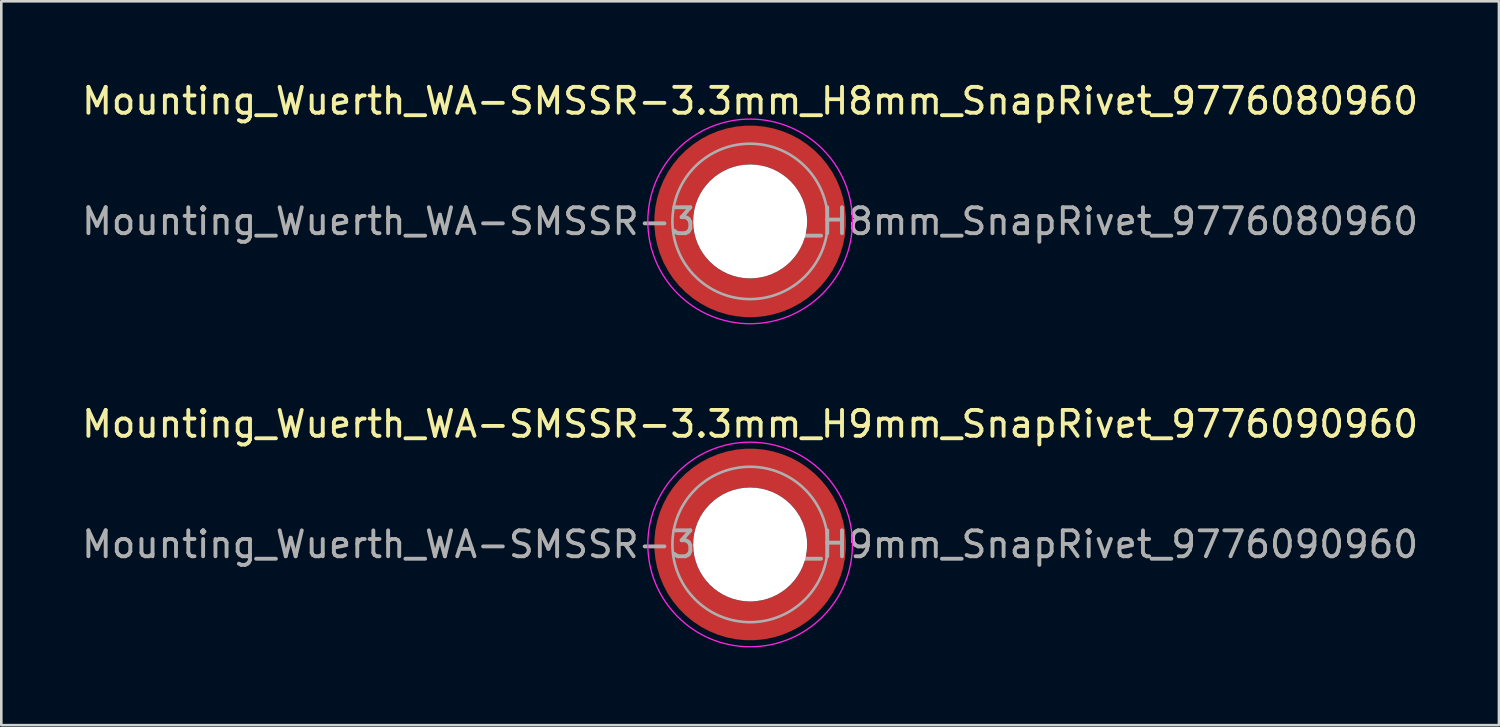
<source format=kicad_pcb>
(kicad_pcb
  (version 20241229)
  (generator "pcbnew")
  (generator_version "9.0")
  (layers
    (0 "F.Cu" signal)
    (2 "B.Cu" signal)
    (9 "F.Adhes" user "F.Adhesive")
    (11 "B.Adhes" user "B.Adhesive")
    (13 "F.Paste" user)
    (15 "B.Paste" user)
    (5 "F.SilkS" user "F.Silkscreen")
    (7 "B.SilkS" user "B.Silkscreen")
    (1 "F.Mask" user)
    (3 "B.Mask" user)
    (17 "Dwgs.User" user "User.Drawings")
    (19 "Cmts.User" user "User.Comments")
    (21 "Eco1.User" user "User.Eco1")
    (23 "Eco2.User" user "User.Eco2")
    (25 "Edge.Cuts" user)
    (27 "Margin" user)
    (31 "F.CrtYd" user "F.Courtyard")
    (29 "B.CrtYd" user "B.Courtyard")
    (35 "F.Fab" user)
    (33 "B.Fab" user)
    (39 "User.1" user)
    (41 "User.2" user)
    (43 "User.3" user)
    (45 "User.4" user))
  (footprint "Mounting_Wuerth_WA-SMSSR-3.3mm_H8mm_SnapRivet_9776080960"
    (layer "F.Cu")
    (at 25.911 5.498)
    (property "Reference" "Mounting_Wuerth_WA-SMSSR-3.3mm_H8mm_SnapRivet_9776080960" (at 0 -4.65 0) (layer "F.SilkS") (effects (font (size 1 1) (thickness 0.15))))
    (attr smd)
    (fp_circle (center 0 0) (end 3.95 0) (stroke (width 0.05) (type solid)) (fill no) (layer "F.CrtYd"))
    (fp_circle (center 0 0) (end 3 0) (stroke (width 0.1) (type solid)) (fill no) (layer "F.Fab"))
    (fp_text user "${REFERENCE}" (at 0 0 0) (layer "F.Fab") (effects (font (size 1 1) (thickness 0.15))))
    (pad "" smd custom (at -2.077 -2.077) (size 0.995 0.995) (layers "F.Paste") (options (anchor circle)) (primitives (gr_arc (start -0.208831 1.577126) (mid 0.422144 0.422848) (end 1.576154 -0.208618) (width 0.2)) (gr_arc (start -0.310669 1.577126) (mid 0.35138 0.352781) (end 1.575188 -0.310262) (width 0.2)) (gr_arc (start -0.412325 1.577126) (mid 0.280305 0.283024) (end 1.573357 -0.411565) (width 0.2)) (gr_arc (start -0.51382 1.577126) (mid 0.210358 0.212139) (end 1.574653 -0.513342) (width 0.2)) (gr_arc (start -0.615172 1.577126) (mid 0.139846 0.141818) (end 1.574384 -0.614661) (width 0.2)) (gr_arc (start -0.716397 1.577126) (mid 0.070334 0.070498) (end 1.576898 -0.716356) (width 0.2)) (gr_arc (start -0.817508 1.577126) (mid -0.001805 0.001806) (end 1.572094 -0.816634) (width 0.2)) (gr_arc (start -0.918517 1.577126) (mid -0.071322 -0.06951) (end 1.574599 -0.918094) (width 0.2)) (gr_arc (start -1.019433 1.577126) (mid -0.141902 -0.139762) (end 1.574138 -1.018949) (width 0.2)) (gr_arc (start -1.120266 1.577126) (mid -0.211736 -0.210761) (end 1.575763 -1.120053) (width 0.2)) (gr_arc (start -1.221022 1.577126) (mid -0.282882 -0.280446) (end 1.57372 -1.220504) (width 0.2)) (gr_arc (start -1.32171 1.577126) (mid -0.353407 -0.350753) (end 1.573414 -1.321162) (width 0.2)) (gr_arc (start -1.422335 1.577126) (mid -0.423311 -0.421682) (end 1.574846 -1.422009) (width 0.2)) (gr_line (start 1.577 -0.209) (end 1.577 -1.422) (width 0.2)) (gr_line (start -0.209 1.577) (end -1.422 1.577) (width 0.2))))
    (pad "" smd custom (at -2.077 2.077) (size 0.995 0.995) (layers "F.Paste") (options (anchor circle)) (primitives (gr_arc (start 1.577126 0.208831) (mid 0.422848 -0.422144) (end -0.208618 -1.576154) (width 0.2)) (gr_arc (start 1.577126 0.310669) (mid 0.352781 -0.35138) (end -0.310262 -1.575188) (width 0.2)) (gr_arc (start 1.577126 0.412325) (mid 0.283024 -0.280305) (end -0.411565 -1.573357) (width 0.2)) (gr_arc (start 1.577126 0.51382) (mid 0.212139 -0.210358) (end -0.513342 -1.574653) (width 0.2)) (gr_arc (start 1.577126 0.615172) (mid 0.141818 -0.139846) (end -0.614661 -1.574384) (width 0.2)) (gr_arc (start 1.577126 0.716397) (mid 0.070498 -0.070334) (end -0.716356 -1.576898) (width 0.2)) (gr_arc (start 1.577126 0.817508) (mid 0.001806 0.001805) (end -0.816634 -1.572094) (width 0.2)) (gr_arc (start 1.577126 0.918517) (mid -0.06951 0.071322) (end -0.918094 -1.574599) (width 0.2)) (gr_arc (start 1.577126 1.019433) (mid -0.139762 0.141902) (end -1.018949 -1.574138) (width 0.2)) (gr_arc (start 1.577126 1.120266) (mid -0.210761 0.211736) (end -1.120053 -1.575763) (width 0.2)) (gr_arc (start 1.577126 1.221022) (mid -0.280446 0.282882) (end -1.220504 -1.57372) (width 0.2)) (gr_arc (start 1.577126 1.32171) (mid -0.350753 0.353407) (end -1.321162 -1.573414) (width 0.2)) (gr_arc (start 1.577126 1.422335) (mid -0.421682 0.423311) (end -1.422009 -1.574846) (width 0.2)) (gr_line (start -0.209 -1.577) (end -1.422 -1.577) (width 0.2)) (gr_line (start 1.577 0.209) (end 1.577 1.422) (width 0.2))))
    (pad "" np_thru_hole circle (at 0 0) (size 4.4 4.4) (drill 4.4) (layers "*.Cu" "*.Mask"))
    (pad "" smd custom (at 2.077 -2.077) (size 0.995 0.995) (layers "F.Paste") (options (anchor circle)) (primitives (gr_arc (start -1.577126 -0.208831) (mid -0.422848 0.422144) (end 0.208618 1.576154) (width 0.2)) (gr_arc (start -1.577126 -0.310669) (mid -0.352781 0.35138) (end 0.310262 1.575188) (width 0.2)) (gr_arc (start -1.577126 -0.412325) (mid -0.283024 0.280305) (end 0.411565 1.573357) (width 0.2)) (gr_arc (start -1.577126 -0.51382) (mid -0.212139 0.210358) (end 0.513342 1.574653) (width 0.2)) (gr_arc (start -1.577126 -0.615172) (mid -0.141818 0.139846) (end 0.614661 1.574384) (width 0.2)) (gr_arc (start -1.577126 -0.716397) (mid -0.070498 0.070334) (end 0.716356 1.576898) (width 0.2)) (gr_arc (start -1.577126 -0.817508) (mid -0.001806 -0.001805) (end 0.816634 1.572094) (width 0.2)) (gr_arc (start -1.577126 -0.918517) (mid 0.06951 -0.071322) (end 0.918094 1.574599) (width 0.2)) (gr_arc (start -1.577126 -1.019433) (mid 0.139762 -0.141902) (end 1.018949 1.574138) (width 0.2)) (gr_arc (start -1.577126 -1.120266) (mid 0.210761 -0.211736) (end 1.120053 1.575763) (width 0.2)) (gr_arc (start -1.577126 -1.221022) (mid 0.280446 -0.282882) (end 1.220504 1.57372) (width 0.2)) (gr_arc (start -1.577126 -1.32171) (mid 0.350753 -0.353407) (end 1.321162 1.573414) (width 0.2)) (gr_arc (start -1.577126 -1.422335) (mid 0.421682 -0.423311) (end 1.422009 1.574846) (width 0.2)) (gr_line (start 0.209 1.577) (end 1.422 1.577) (width 0.2)) (gr_line (start -1.577 -0.209) (end -1.577 -1.422) (width 0.2))))
    (pad "" smd custom (at 2.077 2.077) (size 0.995 0.995) (layers "F.Paste") (options (anchor circle)) (primitives (gr_arc (start 0.208831 -1.577126) (mid -0.422144 -0.422848) (end -1.576154 0.208618) (width 0.2)) (gr_arc (start 0.310669 -1.577126) (mid -0.35138 -0.352781) (end -1.575188 0.310262) (width 0.2)) (gr_arc (start 0.412325 -1.577126) (mid -0.280305 -0.283024) (end -1.573357 0.411565) (width 0.2)) (gr_arc (start 0.51382 -1.577126) (mid -0.210358 -0.212139) (end -1.574653 0.513342) (width 0.2)) (gr_arc (start 0.615172 -1.577126) (mid -0.139846 -0.141818) (end -1.574384 0.614661) (width 0.2)) (gr_arc (start 0.716397 -1.577126) (mid -0.070334 -0.070498) (end -1.576898 0.716356) (width 0.2)) (gr_arc (start 0.817508 -1.577126) (mid 0.001805 -0.001806) (end -1.572094 0.816634) (width 0.2)) (gr_arc (start 0.918517 -1.577126) (mid 0.071322 0.06951) (end -1.574599 0.918094) (width 0.2)) (gr_arc (start 1.019433 -1.577126) (mid 0.141902 0.139762) (end -1.574138 1.018949) (width 0.2)) (gr_arc (start 1.120266 -1.577126) (mid 0.211736 0.210761) (end -1.575763 1.120053) (width 0.2)) (gr_arc (start 1.221022 -1.577126) (mid 0.282882 0.280446) (end -1.57372 1.220504) (width 0.2)) (gr_arc (start 1.32171 -1.577126) (mid 0.353407 0.350753) (end -1.573414 1.321162) (width 0.2)) (gr_arc (start 1.422335 -1.577126) (mid 0.423311 0.421682) (end -1.574846 1.422009) (width 0.2)) (gr_line (start -1.577 0.209) (end -1.577 1.422) (width 0.2)) (gr_line (start 0.209 -1.577) (end 1.422 -1.577) (width 0.2))))
    (pad "1" smd circle (at -2.95 0) (size 1.1 1.1) (layers "F.Cu"))
    (pad "1" smd circle (at 0 -2.95) (size 1.1 1.1) (layers "F.Cu"))
    (pad "1" smd circle (at 0 2.95) (size 1.1 1.1) (layers "F.Cu"))
    (pad "1" smd custom (at 2.95 0) (size 1.1 1.1) (layers "F.Cu" "F.Mask") (options (anchor circle)) (primitives (gr_circle (center -2.95 0) (end 0 0) (width 1.5) (fill no)))))
  (footprint "Mounting_Wuerth_WA-SMSSR-3.3mm_H9mm_SnapRivet_9776090960"
    (layer "F.Cu")
    (at 25.911 17.971)
    (property "Reference" "Mounting_Wuerth_WA-SMSSR-3.3mm_H9mm_SnapRivet_9776090960" (at 0 -4.65 0) (layer "F.SilkS") (effects (font (size 1 1) (thickness 0.15))))
    (attr smd)
    (fp_circle (center 0 0) (end 3.95 0) (stroke (width 0.05) (type solid)) (fill no) (layer "F.CrtYd"))
    (fp_circle (center 0 0) (end 3 0) (stroke (width 0.1) (type solid)) (fill no) (layer "F.Fab"))
    (fp_text user "${REFERENCE}" (at 0 0 0) (layer "F.Fab") (effects (font (size 1 1) (thickness 0.15))))
    (pad "" smd custom (at -2.077 -2.077) (size 0.995 0.995) (layers "F.Paste") (options (anchor circle)) (primitives (gr_arc (start -0.208831 1.577126) (mid 0.422144 0.422848) (end 1.576154 -0.208618) (width 0.2)) (gr_arc (start -0.310669 1.577126) (mid 0.35138 0.352781) (end 1.575188 -0.310262) (width 0.2)) (gr_arc (start -0.412325 1.577126) (mid 0.280305 0.283024) (end 1.573357 -0.411565) (width 0.2)) (gr_arc (start -0.51382 1.577126) (mid 0.210358 0.212139) (end 1.574653 -0.513342) (width 0.2)) (gr_arc (start -0.615172 1.577126) (mid 0.139846 0.141818) (end 1.574384 -0.614661) (width 0.2)) (gr_arc (start -0.716397 1.577126) (mid 0.070334 0.070498) (end 1.576898 -0.716356) (width 0.2)) (gr_arc (start -0.817508 1.577126) (mid -0.001805 0.001806) (end 1.572094 -0.816634) (width 0.2)) (gr_arc (start -0.918517 1.577126) (mid -0.071322 -0.06951) (end 1.574599 -0.918094) (width 0.2)) (gr_arc (start -1.019433 1.577126) (mid -0.141902 -0.139762) (end 1.574138 -1.018949) (width 0.2)) (gr_arc (start -1.120266 1.577126) (mid -0.211736 -0.210761) (end 1.575763 -1.120053) (width 0.2)) (gr_arc (start -1.221022 1.577126) (mid -0.282882 -0.280446) (end 1.57372 -1.220504) (width 0.2)) (gr_arc (start -1.32171 1.577126) (mid -0.353407 -0.350753) (end 1.573414 -1.321162) (width 0.2)) (gr_arc (start -1.422335 1.577126) (mid -0.423311 -0.421682) (end 1.574846 -1.422009) (width 0.2)) (gr_line (start 1.577 -0.209) (end 1.577 -1.422) (width 0.2)) (gr_line (start -0.209 1.577) (end -1.422 1.577) (width 0.2))))
    (pad "" smd custom (at -2.077 2.077) (size 0.995 0.995) (layers "F.Paste") (options (anchor circle)) (primitives (gr_arc (start 1.577126 0.208831) (mid 0.422848 -0.422144) (end -0.208618 -1.576154) (width 0.2)) (gr_arc (start 1.577126 0.310669) (mid 0.352781 -0.35138) (end -0.310262 -1.575188) (width 0.2)) (gr_arc (start 1.577126 0.412325) (mid 0.283024 -0.280305) (end -0.411565 -1.573357) (width 0.2)) (gr_arc (start 1.577126 0.51382) (mid 0.212139 -0.210358) (end -0.513342 -1.574653) (width 0.2)) (gr_arc (start 1.577126 0.615172) (mid 0.141818 -0.139846) (end -0.614661 -1.574384) (width 0.2)) (gr_arc (start 1.577126 0.716397) (mid 0.070498 -0.070334) (end -0.716356 -1.576898) (width 0.2)) (gr_arc (start 1.577126 0.817508) (mid 0.001806 0.001805) (end -0.816634 -1.572094) (width 0.2)) (gr_arc (start 1.577126 0.918517) (mid -0.06951 0.071322) (end -0.918094 -1.574599) (width 0.2)) (gr_arc (start 1.577126 1.019433) (mid -0.139762 0.141902) (end -1.018949 -1.574138) (width 0.2)) (gr_arc (start 1.577126 1.120266) (mid -0.210761 0.211736) (end -1.120053 -1.575763) (width 0.2)) (gr_arc (start 1.577126 1.221022) (mid -0.280446 0.282882) (end -1.220504 -1.57372) (width 0.2)) (gr_arc (start 1.577126 1.32171) (mid -0.350753 0.353407) (end -1.321162 -1.573414) (width 0.2)) (gr_arc (start 1.577126 1.422335) (mid -0.421682 0.423311) (end -1.422009 -1.574846) (width 0.2)) (gr_line (start -0.209 -1.577) (end -1.422 -1.577) (width 0.2)) (gr_line (start 1.577 0.209) (end 1.577 1.422) (width 0.2))))
    (pad "" np_thru_hole circle (at 0 0) (size 4.4 4.4) (drill 4.4) (layers "*.Cu" "*.Mask"))
    (pad "" smd custom (at 2.077 -2.077) (size 0.995 0.995) (layers "F.Paste") (options (anchor circle)) (primitives (gr_arc (start -1.577126 -0.208831) (mid -0.422848 0.422144) (end 0.208618 1.576154) (width 0.2)) (gr_arc (start -1.577126 -0.310669) (mid -0.352781 0.35138) (end 0.310262 1.575188) (width 0.2)) (gr_arc (start -1.577126 -0.412325) (mid -0.283024 0.280305) (end 0.411565 1.573357) (width 0.2)) (gr_arc (start -1.577126 -0.51382) (mid -0.212139 0.210358) (end 0.513342 1.574653) (width 0.2)) (gr_arc (start -1.577126 -0.615172) (mid -0.141818 0.139846) (end 0.614661 1.574384) (width 0.2)) (gr_arc (start -1.577126 -0.716397) (mid -0.070498 0.070334) (end 0.716356 1.576898) (width 0.2)) (gr_arc (start -1.577126 -0.817508) (mid -0.001806 -0.001805) (end 0.816634 1.572094) (width 0.2)) (gr_arc (start -1.577126 -0.918517) (mid 0.06951 -0.071322) (end 0.918094 1.574599) (width 0.2)) (gr_arc (start -1.577126 -1.019433) (mid 0.139762 -0.141902) (end 1.018949 1.574138) (width 0.2)) (gr_arc (start -1.577126 -1.120266) (mid 0.210761 -0.211736) (end 1.120053 1.575763) (width 0.2)) (gr_arc (start -1.577126 -1.221022) (mid 0.280446 -0.282882) (end 1.220504 1.57372) (width 0.2)) (gr_arc (start -1.577126 -1.32171) (mid 0.350753 -0.353407) (end 1.321162 1.573414) (width 0.2)) (gr_arc (start -1.577126 -1.422335) (mid 0.421682 -0.423311) (end 1.422009 1.574846) (width 0.2)) (gr_line (start 0.209 1.577) (end 1.422 1.577) (width 0.2)) (gr_line (start -1.577 -0.209) (end -1.577 -1.422) (width 0.2))))
    (pad "" smd custom (at 2.077 2.077) (size 0.995 0.995) (layers "F.Paste") (options (anchor circle)) (primitives (gr_arc (start 0.208831 -1.577126) (mid -0.422144 -0.422848) (end -1.576154 0.208618) (width 0.2)) (gr_arc (start 0.310669 -1.577126) (mid -0.35138 -0.352781) (end -1.575188 0.310262) (width 0.2)) (gr_arc (start 0.412325 -1.577126) (mid -0.280305 -0.283024) (end -1.573357 0.411565) (width 0.2)) (gr_arc (start 0.51382 -1.577126) (mid -0.210358 -0.212139) (end -1.574653 0.513342) (width 0.2)) (gr_arc (start 0.615172 -1.577126) (mid -0.139846 -0.141818) (end -1.574384 0.614661) (width 0.2)) (gr_arc (start 0.716397 -1.577126) (mid -0.070334 -0.070498) (end -1.576898 0.716356) (width 0.2)) (gr_arc (start 0.817508 -1.577126) (mid 0.001805 -0.001806) (end -1.572094 0.816634) (width 0.2)) (gr_arc (start 0.918517 -1.577126) (mid 0.071322 0.06951) (end -1.574599 0.918094) (width 0.2)) (gr_arc (start 1.019433 -1.577126) (mid 0.141902 0.139762) (end -1.574138 1.018949) (width 0.2)) (gr_arc (start 1.120266 -1.577126) (mid 0.211736 0.210761) (end -1.575763 1.120053) (width 0.2)) (gr_arc (start 1.221022 -1.577126) (mid 0.282882 0.280446) (end -1.57372 1.220504) (width 0.2)) (gr_arc (start 1.32171 -1.577126) (mid 0.353407 0.350753) (end -1.573414 1.321162) (width 0.2)) (gr_arc (start 1.422335 -1.577126) (mid 0.423311 0.421682) (end -1.574846 1.422009) (width 0.2)) (gr_line (start -1.577 0.209) (end -1.577 1.422) (width 0.2)) (gr_line (start 0.209 -1.577) (end 1.422 -1.577) (width 0.2))))
    (pad "1" smd circle (at -2.95 0) (size 1.1 1.1) (layers "F.Cu"))
    (pad "1" smd circle (at 0 -2.95) (size 1.1 1.1) (layers "F.Cu"))
    (pad "1" smd circle (at 0 2.95) (size 1.1 1.1) (layers "F.Cu"))
    (pad "1" smd custom (at 2.95 0) (size 1.1 1.1) (layers "F.Cu" "F.Mask") (options (anchor circle)) (primitives (gr_circle (center -2.95 0) (end 0 0) (width 1.5) (fill no)))))
  (gr_rect
    (start -3 -3)
    (end 54.821 24.947)
    (stroke (width 0.1) (type default))
    (fill no)
    (layer "Edge.Cuts")))
</source>
